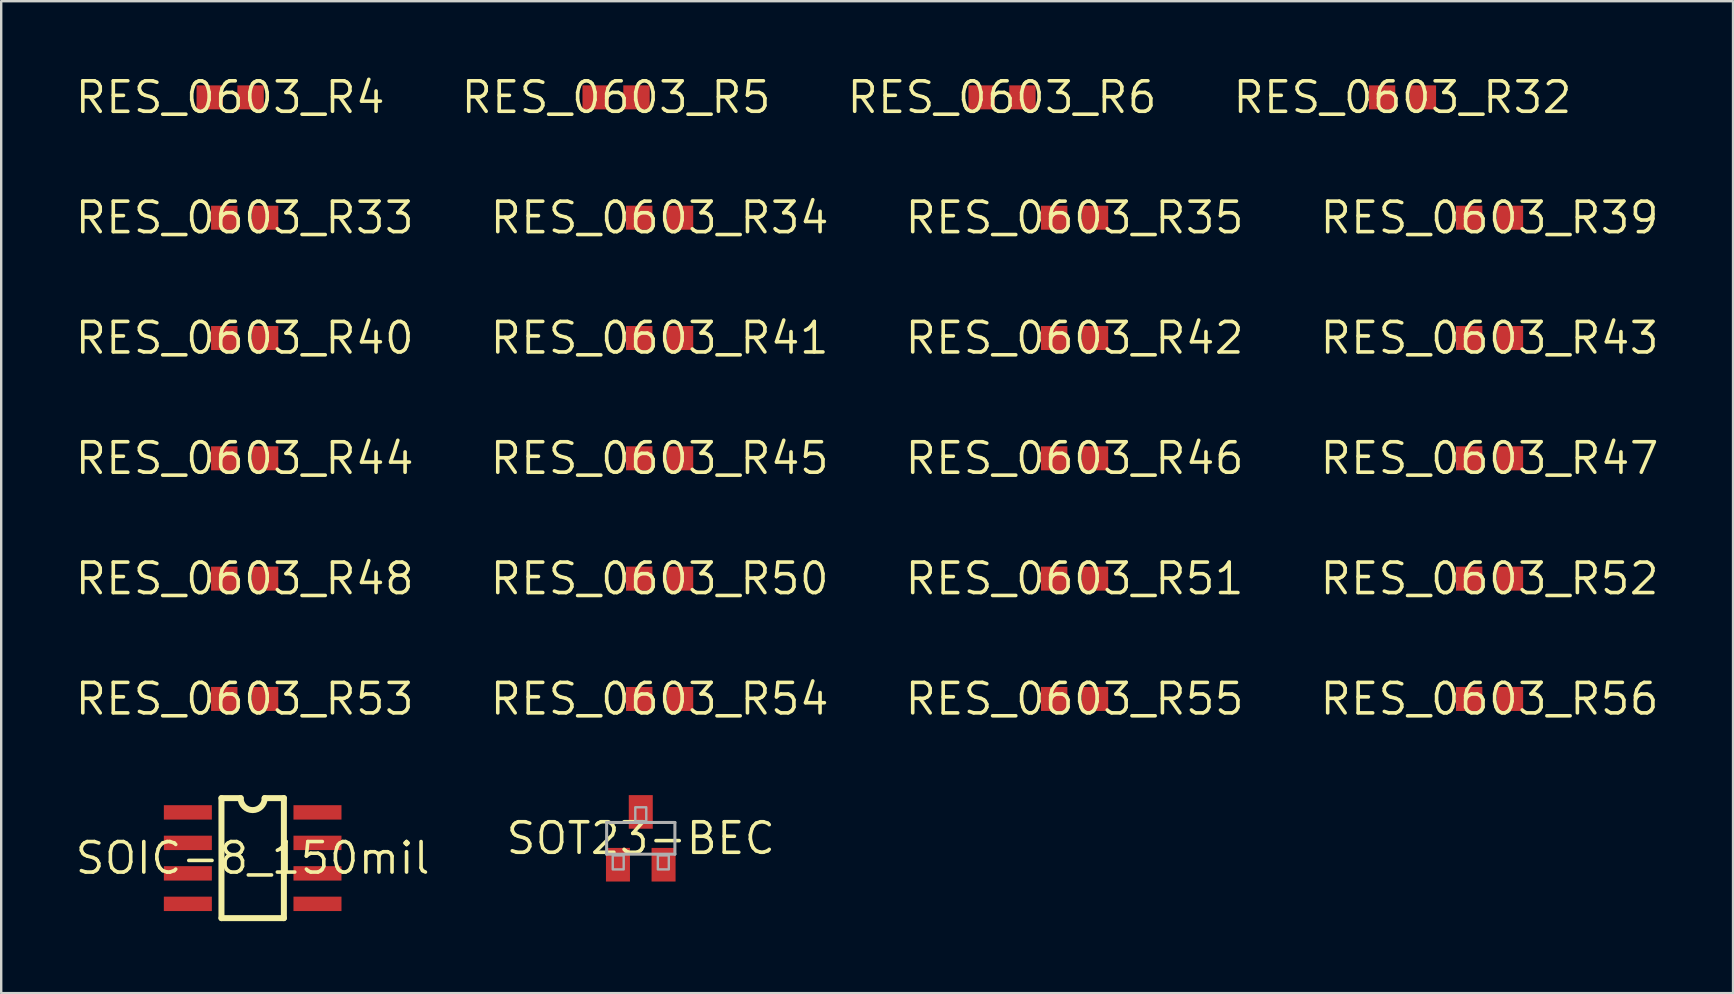
<source format=kicad_pcb>
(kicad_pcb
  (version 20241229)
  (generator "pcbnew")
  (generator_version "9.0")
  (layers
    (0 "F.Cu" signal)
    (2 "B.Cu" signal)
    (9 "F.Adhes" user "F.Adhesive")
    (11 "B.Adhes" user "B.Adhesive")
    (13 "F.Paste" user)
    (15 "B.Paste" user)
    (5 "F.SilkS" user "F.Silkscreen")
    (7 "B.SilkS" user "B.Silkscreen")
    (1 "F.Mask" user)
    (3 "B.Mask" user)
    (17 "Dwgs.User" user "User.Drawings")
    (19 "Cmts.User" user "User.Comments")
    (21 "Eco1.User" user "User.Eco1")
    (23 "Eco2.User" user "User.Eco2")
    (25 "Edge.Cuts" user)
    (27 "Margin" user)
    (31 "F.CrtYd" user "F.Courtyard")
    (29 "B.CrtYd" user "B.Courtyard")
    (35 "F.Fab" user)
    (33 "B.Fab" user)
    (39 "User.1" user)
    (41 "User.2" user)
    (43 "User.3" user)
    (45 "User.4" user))
  (footprint "RES_0603_R35"
    (layer "F.Cu")
    (at 41.717 6.019)
    (property "Reference" "RES_0603_R35" (at 0 0 0) (layer "F.SilkS") (effects (font (size 1.27 1.27) (thickness 0.15))))
    (pad "1" smd rect (at -0.85 0 90) (size 1 1.1) (layers "F.Cu" "F.Mask" "F.Paste"))
    (pad "2" smd rect (at 0.85 0 90) (size 1 1.1) (layers "F.Cu" "F.Mask" "F.Paste")))
  (footprint "RES_0603_R45"
    (layer "F.Cu")
    (at 24.43 16.043)
    (property "Reference" "RES_0603_R45" (at 0 0 0) (layer "F.SilkS") (effects (font (size 1.27 1.27) (thickness 0.15))))
    (pad "1" smd rect (at -0.85 0 90) (size 1 1.1) (layers "F.Cu" "F.Mask" "F.Paste"))
    (pad "2" smd rect (at 0.85 0 90) (size 1 1.1) (layers "F.Cu" "F.Mask" "F.Paste")))
  (footprint "RES_0603_R53"
    (layer "F.Cu")
    (at 7.143 26.068)
    (property "Reference" "RES_0603_R53" (at 0 0 0) (layer "F.SilkS") (effects (font (size 1.27 1.27) (thickness 0.15))))
    (pad "1" smd rect (at -0.85 0 90) (size 1 1.1) (layers "F.Cu" "F.Mask" "F.Paste"))
    (pad "2" smd rect (at 0.85 0 90) (size 1 1.1) (layers "F.Cu" "F.Mask" "F.Paste")))
  (footprint "RES_0603_R48"
    (layer "F.Cu")
    (at 7.143 21.056)
    (property "Reference" "RES_0603_R48" (at 0 0 0) (layer "F.SilkS") (effects (font (size 1.27 1.27) (thickness 0.15))))
    (pad "1" smd rect (at -0.85 0 90) (size 1 1.1) (layers "F.Cu" "F.Mask" "F.Paste"))
    (pad "2" smd rect (at 0.85 0 90) (size 1 1.1) (layers "F.Cu" "F.Mask" "F.Paste")))
  (footprint "RES_0603_R52"
    (layer "F.Cu")
    (at 59.004 21.056)
    (property "Reference" "RES_0603_R52" (at 0 0 0) (layer "F.SilkS") (effects (font (size 1.27 1.27) (thickness 0.15))))
    (pad "1" smd rect (at -0.85 0 90) (size 1 1.1) (layers "F.Cu" "F.Mask" "F.Paste"))
    (pad "2" smd rect (at 0.85 0 90) (size 1 1.1) (layers "F.Cu" "F.Mask" "F.Paste")))
  (footprint "RES_0603_R43"
    (layer "F.Cu")
    (at 59.004 11.031)
    (property "Reference" "RES_0603_R43" (at 0 0 0) (layer "F.SilkS") (effects (font (size 1.27 1.27) (thickness 0.15))))
    (pad "1" smd rect (at -0.85 0 90) (size 1 1.1) (layers "F.Cu" "F.Mask" "F.Paste"))
    (pad "2" smd rect (at 0.85 0 90) (size 1 1.1) (layers "F.Cu" "F.Mask" "F.Paste")))
  (footprint "SOT23-BEC"
    (layer "F.Cu")
    (at 23.644 31.874)
    (property "Reference" "SOT23-BEC" (at 0 0 0) (layer "F.SilkS") (effects (font (size 1.27 1.27) (thickness 0.15))))
    (fp_poly (pts (xy -1.45 0.4) (xy -0.45 0.4) (xy -0.45 1.8) (xy -1.45 1.8)) (stroke (width 0) (type default)) (fill yes) (layer "F.Mask"))
    (fp_poly (pts (xy -0.5 -1.8) (xy 0.5 -1.8) (xy 0.5 -0.4) (xy -0.5 -0.4)) (stroke (width 0) (type default)) (fill yes) (layer "F.Mask"))
    (fp_poly (pts (xy 0.45 0.4) (xy 1.45 0.4) (xy 1.45 1.8) (xy 0.45 1.8)) (stroke (width 0) (type default)) (fill yes) (layer "F.Mask"))
    (fp_poly (pts (xy -1.45 0.4) (xy -0.45 0.4) (xy -0.45 1.8) (xy -1.45 1.8)) (stroke (width 0) (type default)) (fill yes) (layer "F.Paste"))
    (fp_poly (pts (xy -0.5 -1.8) (xy 0.5 -1.8) (xy 0.5 -0.4) (xy -0.5 -0.4)) (stroke (width 0) (type default)) (fill yes) (layer "F.Paste"))
    (fp_poly (pts (xy 0.45 0.4) (xy 1.45 0.4) (xy 1.45 1.8) (xy 0.45 1.8)) (stroke (width 0) (type default)) (fill yes) (layer "F.Paste"))
    (fp_line (start -1.422 -0.66) (end 1.422 -0.66) (stroke (width 0.127) (type solid)) (layer "F.Fab"))
    (fp_line (start -1.422 0.66) (end -1.422 -0.66) (stroke (width 0.127) (type solid)) (layer "F.Fab"))
    (fp_line (start 1.422 -0.66) (end 1.422 0.66) (stroke (width 0.127) (type solid)) (layer "F.Fab"))
    (fp_line (start 1.422 0.66) (end -1.422 0.66) (stroke (width 0.127) (type solid)) (layer "F.Fab"))
    (fp_poly (pts (xy -0.711 0.711) (xy -1.168 0.711) (xy -1.168 1.296) (xy -0.711 1.296)) (stroke (width 0.1) (type default)) (fill no) (layer "F.Fab"))
    (fp_poly (pts (xy 0.229 -1.295) (xy -0.228 -1.295) (xy -0.228 -0.711) (xy 0.229 -0.711)) (stroke (width 0.1) (type default)) (fill no) (layer "F.Fab"))
    (fp_poly (pts (xy 1.168 0.711) (xy 0.712 0.711) (xy 0.712 1.296) (xy 1.168 1.296)) (stroke (width 0.1) (type default)) (fill no) (layer "F.Fab"))
    (pad "B" smd rect (at -0.95 1.1) (size 1 1.4) (layers "F.Cu"))
    (pad "C" smd rect (at 0 -1.1) (size 1 1.4) (layers "F.Cu"))
    (pad "E" smd rect (at 0.95 1.1) (size 1 1.4) (layers "F.Cu")))
  (footprint "RES_0603_R50"
    (layer "F.Cu")
    (at 24.43 21.056)
    (property "Reference" "RES_0603_R50" (at 0 0 0) (layer "F.SilkS") (effects (font (size 1.27 1.27) (thickness 0.15))))
    (pad "1" smd rect (at -0.85 0 90) (size 1 1.1) (layers "F.Cu" "F.Mask" "F.Paste"))
    (pad "2" smd rect (at 0.85 0 90) (size 1 1.1) (layers "F.Cu" "F.Mask" "F.Paste")))
  (footprint "RES_0603_R46"
    (layer "F.Cu")
    (at 41.717 16.043)
    (property "Reference" "RES_0603_R46" (at 0 0 0) (layer "F.SilkS") (effects (font (size 1.27 1.27) (thickness 0.15))))
    (pad "1" smd rect (at -0.85 0 90) (size 1 1.1) (layers "F.Cu" "F.Mask" "F.Paste"))
    (pad "2" smd rect (at 0.85 0 90) (size 1 1.1) (layers "F.Cu" "F.Mask" "F.Paste")))
  (footprint "RES_0603_R55"
    (layer "F.Cu")
    (at 41.717 26.068)
    (property "Reference" "RES_0603_R55" (at 0 0 0) (layer "F.SilkS") (effects (font (size 1.27 1.27) (thickness 0.15))))
    (pad "1" smd rect (at -0.85 0 90) (size 1 1.1) (layers "F.Cu" "F.Mask" "F.Paste"))
    (pad "2" smd rect (at 0.85 0 90) (size 1 1.1) (layers "F.Cu" "F.Mask" "F.Paste")))
  (footprint "RES_0603_R34"
    (layer "F.Cu")
    (at 24.43 6.019)
    (property "Reference" "RES_0603_R34" (at 0 0 0) (layer "F.SilkS") (effects (font (size 1.27 1.27) (thickness 0.15))))
    (pad "1" smd rect (at -0.85 0 90) (size 1 1.1) (layers "F.Cu" "F.Mask" "F.Paste"))
    (pad "2" smd rect (at 0.85 0 90) (size 1 1.1) (layers "F.Cu" "F.Mask" "F.Paste")))
  (footprint "RES_0603_R40"
    (layer "F.Cu")
    (at 7.143 11.031)
    (property "Reference" "RES_0603_R40" (at 0 0 0) (layer "F.SilkS") (effects (font (size 1.27 1.27) (thickness 0.15))))
    (pad "1" smd rect (at -0.85 0 90) (size 1 1.1) (layers "F.Cu" "F.Mask" "F.Paste"))
    (pad "2" smd rect (at 0.85 0 90) (size 1 1.1) (layers "F.Cu" "F.Mask" "F.Paste")))
  (footprint "RES_0603_R56"
    (layer "F.Cu")
    (at 59.004 26.068)
    (property "Reference" "RES_0603_R56" (at 0 0 0) (layer "F.SilkS") (effects (font (size 1.27 1.27) (thickness 0.15))))
    (pad "1" smd rect (at -0.85 0 90) (size 1 1.1) (layers "F.Cu" "F.Mask" "F.Paste"))
    (pad "2" smd rect (at 0.85 0 90) (size 1 1.1) (layers "F.Cu" "F.Mask" "F.Paste")))
  (footprint "RES_0603_R32"
    (layer "F.Cu")
    (at 55.376 1.006)
    (property "Reference" "RES_0603_R32" (at 0 0 0) (layer "F.SilkS") (effects (font (size 1.27 1.27) (thickness 0.15))))
    (pad "1" smd rect (at -0.85 0 90) (size 1 1.1) (layers "F.Cu" "F.Mask" "F.Paste"))
    (pad "2" smd rect (at 0.85 0 90) (size 1 1.1) (layers "F.Cu" "F.Mask" "F.Paste")))
  (footprint "RES_0603_R39"
    (layer "F.Cu")
    (at 59.004 6.019)
    (property "Reference" "RES_0603_R39" (at 0 0 0) (layer "F.SilkS") (effects (font (size 1.27 1.27) (thickness 0.15))))
    (pad "1" smd rect (at -0.85 0 90) (size 1 1.1) (layers "F.Cu" "F.Mask" "F.Paste"))
    (pad "2" smd rect (at 0.85 0 90) (size 1 1.1) (layers "F.Cu" "F.Mask" "F.Paste")))
  (footprint "RES_0603_R42"
    (layer "F.Cu")
    (at 41.717 11.031)
    (property "Reference" "RES_0603_R42" (at 0 0 0) (layer "F.SilkS") (effects (font (size 1.27 1.27) (thickness 0.15))))
    (pad "1" smd rect (at -0.85 0 90) (size 1 1.1) (layers "F.Cu" "F.Mask" "F.Paste"))
    (pad "2" smd rect (at 0.85 0 90) (size 1 1.1) (layers "F.Cu" "F.Mask" "F.Paste")))
  (footprint "RES_0603_R41"
    (layer "F.Cu")
    (at 24.43 11.031)
    (property "Reference" "RES_0603_R41" (at 0 0 0) (layer "F.SilkS") (effects (font (size 1.27 1.27) (thickness 0.15))))
    (pad "1" smd rect (at -0.85 0 90) (size 1 1.1) (layers "F.Cu" "F.Mask" "F.Paste"))
    (pad "2" smd rect (at 0.85 0 90) (size 1 1.1) (layers "F.Cu" "F.Mask" "F.Paste")))
  (footprint "RES_0603_R4"
    (layer "F.Cu")
    (at 6.539 1.006)
    (property "Reference" "RES_0603_R4" (at 0 0 0) (layer "F.SilkS") (effects (font (size 1.27 1.27) (thickness 0.15))))
    (pad "1" smd rect (at -0.85 0 90) (size 1 1.1) (layers "F.Cu" "F.Mask" "F.Paste"))
    (pad "2" smd rect (at 0.85 0 90) (size 1 1.1) (layers "F.Cu" "F.Mask" "F.Paste")))
  (footprint "RES_0603_R5"
    (layer "F.Cu")
    (at 22.616 1.006)
    (property "Reference" "RES_0603_R5" (at 0 0 0) (layer "F.SilkS") (effects (font (size 1.27 1.27) (thickness 0.15))))
    (pad "1" smd rect (at -0.85 0 90) (size 1 1.1) (layers "F.Cu" "F.Mask" "F.Paste"))
    (pad "2" smd rect (at 0.85 0 90) (size 1 1.1) (layers "F.Cu" "F.Mask" "F.Paste")))
  (footprint "RES_0603_R44"
    (layer "F.Cu")
    (at 7.143 16.043)
    (property "Reference" "RES_0603_R44" (at 0 0 0) (layer "F.SilkS") (effects (font (size 1.27 1.27) (thickness 0.15))))
    (pad "1" smd rect (at -0.85 0 90) (size 1 1.1) (layers "F.Cu" "F.Mask" "F.Paste"))
    (pad "2" smd rect (at 0.85 0 90) (size 1 1.1) (layers "F.Cu" "F.Mask" "F.Paste")))
  (footprint "RES_0603_R51"
    (layer "F.Cu")
    (at 41.717 21.056)
    (property "Reference" "RES_0603_R51" (at 0 0 0) (layer "F.SilkS") (effects (font (size 1.27 1.27) (thickness 0.15))))
    (pad "1" smd rect (at -0.85 0 90) (size 1 1.1) (layers "F.Cu" "F.Mask" "F.Paste"))
    (pad "2" smd rect (at 0.85 0 90) (size 1 1.1) (layers "F.Cu" "F.Mask" "F.Paste")))
  (footprint "RES_0603_R6"
    (layer "F.Cu")
    (at 38.694 1.006)
    (property "Reference" "RES_0603_R6" (at 0 0 0) (layer "F.SilkS") (effects (font (size 1.27 1.27) (thickness 0.15))))
    (pad "1" smd rect (at -0.85 0 90) (size 1 1.1) (layers "F.Cu" "F.Mask" "F.Paste"))
    (pad "2" smd rect (at 0.85 0 90) (size 1 1.1) (layers "F.Cu" "F.Mask" "F.Paste")))
  (footprint "RES_0603_R54"
    (layer "F.Cu")
    (at 24.43 26.068)
    (property "Reference" "RES_0603_R54" (at 0 0 0) (layer "F.SilkS") (effects (font (size 1.27 1.27) (thickness 0.15))))
    (pad "1" smd rect (at -0.85 0 90) (size 1 1.1) (layers "F.Cu" "F.Mask" "F.Paste"))
    (pad "2" smd rect (at 0.85 0 90) (size 1 1.1) (layers "F.Cu" "F.Mask" "F.Paste")))
  (footprint "RES_0603_R47"
    (layer "F.Cu")
    (at 59.004 16.043)
    (property "Reference" "RES_0603_R47" (at 0 0 0) (layer "F.SilkS") (effects (font (size 1.27 1.27) (thickness 0.15))))
    (pad "1" smd rect (at -0.85 0 90) (size 1 1.1) (layers "F.Cu" "F.Mask" "F.Paste"))
    (pad "2" smd rect (at 0.85 0 90) (size 1 1.1) (layers "F.Cu" "F.Mask" "F.Paste")))
  (footprint "SOIC-8_150mil"
    (layer "F.Cu")
    (at 7.476 32.699)
    (property "Reference" "SOIC-8_150mil" (at 0 0 0) (layer "F.SilkS") (effects (font (size 1.27 1.27) (thickness 0.15))))
    (fp_line (start -1.3 -2.5) (end -1.3 2.5) (stroke (width 0.25) (type solid)) (layer "F.SilkS"))
    (fp_line (start -1.3 2.5) (end 1.3 2.5) (stroke (width 0.25) (type solid)) (layer "F.SilkS"))
    (fp_line (start -0.5 -2.5) (end -1.3 -2.5) (stroke (width 0.25) (type solid)) (layer "F.SilkS"))
    (fp_line (start 0.5 -2.5) (end 1.3 -2.5) (stroke (width 0.25) (type solid)) (layer "F.SilkS"))
    (fp_line (start 1.3 -2.5) (end 1.3 2.5) (stroke (width 0.25) (type solid)) (layer "F.SilkS"))
    (fp_arc (start 0.5 -2.499998) (mid -0.000001 -2.000229) (end -0.5 -2.5) (stroke (width 0.25) (type solid)) (layer "F.SilkS"))
    (pad "1" smd rect (at -2.7 -1.905 90) (size 0.6 2) (layers "F.Cu" "F.Mask" "F.Paste"))
    (pad "2" smd rect (at -2.7 -0.635 90) (size 0.6 2) (layers "F.Cu" "F.Mask" "F.Paste"))
    (pad "3" smd rect (at -2.7 0.635 90) (size 0.6 2) (layers "F.Cu" "F.Mask" "F.Paste"))
    (pad "4" smd rect (at -2.7 1.905 90) (size 0.6 2) (layers "F.Cu" "F.Mask" "F.Paste"))
    (pad "5" smd rect (at 2.7 1.905 90) (size 0.6 2) (layers "F.Cu" "F.Mask" "F.Paste"))
    (pad "6" smd rect (at 2.7 0.635 90) (size 0.6 2) (layers "F.Cu" "F.Mask" "F.Paste"))
    (pad "7" smd rect (at 2.7 -0.635 90) (size 0.6 2) (layers "F.Cu" "F.Mask" "F.Paste"))
    (pad "8" smd rect (at 2.7 -1.905 90) (size 0.6 2) (layers "F.Cu" "F.Mask" "F.Paste")))
  (footprint "RES_0603_R33"
    (layer "F.Cu")
    (at 7.143 6.019)
    (property "Reference" "RES_0603_R33" (at 0 0 0) (layer "F.SilkS") (effects (font (size 1.27 1.27) (thickness 0.15))))
    (pad "1" smd rect (at -0.85 0 90) (size 1 1.1) (layers "F.Cu" "F.Mask" "F.Paste"))
    (pad "2" smd rect (at 0.85 0 90) (size 1 1.1) (layers "F.Cu" "F.Mask" "F.Paste")))
  (gr_rect
    (start -3 -3)
    (end 69.148 38.324)
    (stroke (width 0.1) (type default))
    (fill no)
    (layer "Edge.Cuts")))
</source>
